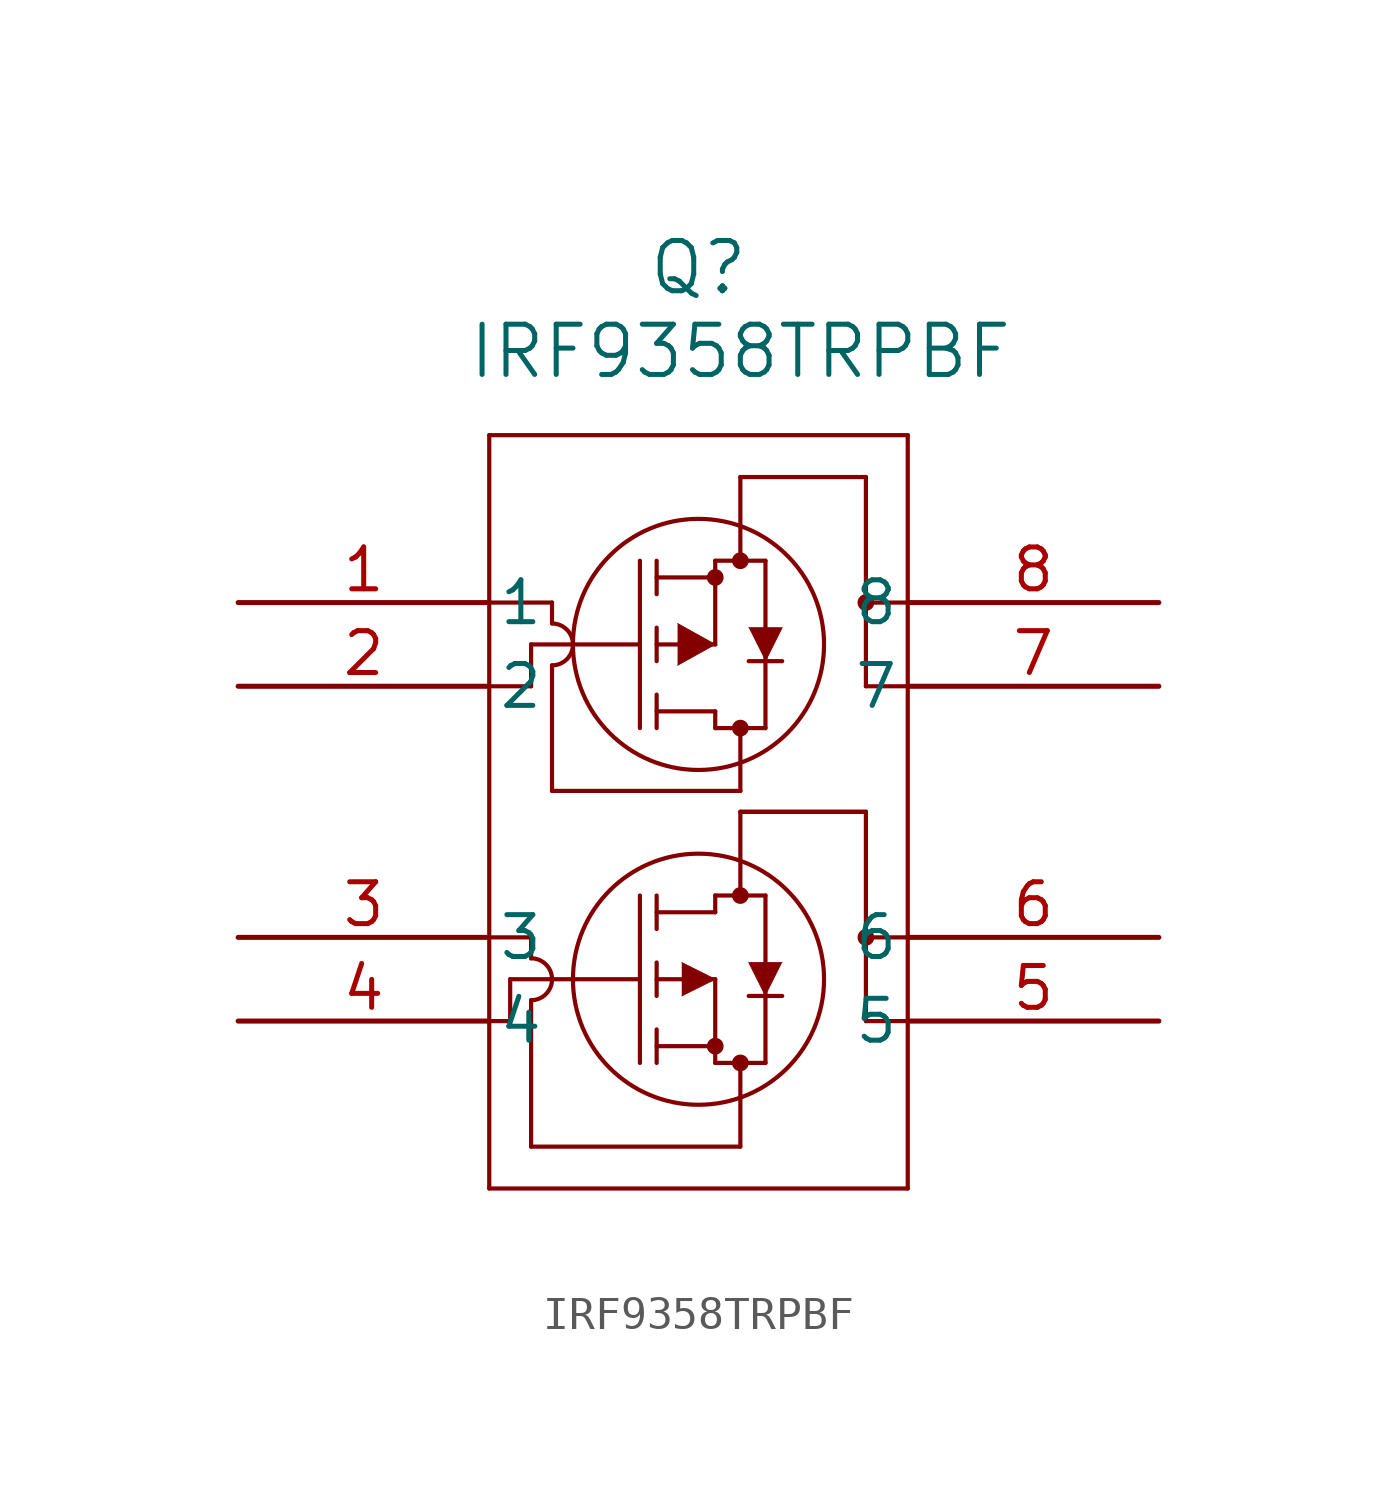
<source format=kicad_sym>
(kicad_symbol_lib
  (version 20211014)
  (generator kicad_symbol_editor)
  (symbol "IRF9358TRPBF"
    (pin_names
      (offset 0.254))
    (property "Reference" "Q"
      (at 13.97 10.16 0)
      (effects (font (size 1.524 1.524))))
    (property "Value" "IRF9358TRPBF"
      (at 15.24 7.62 0)
      (effects (font (size 1.524 1.524))))
    (symbol "IRF9358TRPBF_0_1"
      (polyline (pts (xy 7.62 -17.78) (xy 20.32 -17.78)) (stroke (width 0.127) (type default) (color 0 0 0 0)) (fill (type none)))
      (polyline (pts (xy 20.32 -17.78) (xy 20.32 5.08)) (stroke (width 0.127) (type default) (color 0 0 0 0)) (fill (type none)))
      (polyline (pts (xy 20.32 5.08) (xy 7.62 5.08)) (stroke (width 0.127) (type default) (color 0 0 0 0)) (fill (type none)))
      (circle (center 15.24 -3.81) (radius 0.127) (stroke (width 0.254) (type default) (color 0 0 0 0)) (fill (type none)))
      (circle (center 15.24 1.27) (radius 0.127) (stroke (width 0.254) (type default) (color 0 0 0 0)) (fill (type none)))
      (circle (center 14.478 0.762) (radius 0.127) (stroke (width 0.254) (type default) (color 0 0 0 0)) (fill (type none)))
      (polyline (pts (xy 12.192 1.27) (xy 12.192 -3.81)) (stroke (width 0.127) (type default) (color 0 0 0 0)) (fill (type none)))
      (polyline (pts (xy 12.7 -0.762) (xy 12.7 -1.778)) (stroke (width 0.127) (type default) (color 0 0 0 0)) (fill (type none)))
      (polyline (pts (xy 12.7 1.27) (xy 12.7 0.254)) (stroke (width 0.127) (type default) (color 0 0 0 0)) (fill (type none)))
      (polyline (pts (xy 12.7 -2.794) (xy 12.7 -3.81)) (stroke (width 0.127) (type default) (color 0 0 0 0)) (fill (type none)))
      (polyline (pts (xy 12.7 -1.27) (xy 14.478 -1.27)) (stroke (width 0.127) (type default) (color 0 0 0 0)) (fill (type none)))
      (polyline (pts (xy 12.7 0.762) (xy 14.478 0.762)) (stroke (width 0.127) (type default) (color 0 0 0 0)) (fill (type none)))
      (polyline (pts (xy 14.478 1.27) (xy 14.478 -1.27)) (stroke (width 0.127) (type default) (color 0 0 0 0)) (fill (type none)))
      (polyline (pts (xy 14.478 1.27) (xy 16.002 1.27)) (stroke (width 0.127) (type default) (color 0 0 0 0)) (fill (type none)))
      (polyline (pts (xy 12.7 -3.302) (xy 14.478 -3.302)) (stroke (width 0.127) (type default) (color 0 0 0 0)) (fill (type none)))
      (polyline (pts (xy 16.002 1.27) (xy 16.002 -3.81)) (stroke (width 0.127) (type default) (color 0 0 0 0)) (fill (type none)))
      (polyline (pts (xy 15.494 -1.778) (xy 16.51 -1.778)) (stroke (width 0.127) (type default) (color 0 0 0 0)) (fill (type none)))
      (polyline (pts (xy 14.478 -3.81) (xy 16.002 -3.81)) (stroke (width 0.127) (type default) (color 0 0 0 0)) (fill (type none)))
      (polyline (pts (xy 14.478 -3.302) (xy 14.478 -3.81)) (stroke (width 0.127) (type default) (color 0 0 0 0)) (fill (type none)))
      (polyline (pts (xy 19.05 3.81) (xy 19.05 -2.54)) (stroke (width 0.127) (type default) (color 0 0 0 0)) (fill (type none)))
      (circle (center 15.24 -8.89) (radius 0.127) (stroke (width 0.254) (type default) (color 0 0 0 0)) (fill (type none)))
      (circle (center 15.24 -13.97) (radius 0.127) (stroke (width 0.254) (type default) (color 0 0 0 0)) (fill (type none)))
      (polyline (pts (xy 19.05 0) (xy 20.32 0)) (stroke (width 0.127) (type default) (color 0 0 0 0)) (fill (type none)))
      (polyline (pts (xy 19.05 -2.54) (xy 20.32 -2.54)) (stroke (width 0.127) (type default) (color 0 0 0 0)) (fill (type none)))
      (circle (center 14.478 -13.462) (radius 0.127) (stroke (width 0.254) (type default) (color 0 0 0 0)) (fill (type none)))
      (polyline (pts (xy 12.192 -13.97) (xy 12.192 -8.89)) (stroke (width 0.127) (type default) (color 0 0 0 0)) (fill (type none)))
      (polyline (pts (xy 12.7 -11.938) (xy 12.7 -10.922)) (stroke (width 0.127) (type default) (color 0 0 0 0)) (fill (type none)))
      (circle (center 19.05 0) (radius 0.127) (stroke (width 0.254) (type default) (color 0 0 0 0)) (fill (type none)))
      (polyline (pts (xy 12.7 -13.97) (xy 12.7 -12.954)) (stroke (width 0.127) (type default) (color 0 0 0 0)) (fill (type none)))
      (polyline (pts (xy 12.7 -9.906) (xy 12.7 -8.89)) (stroke (width 0.127) (type default) (color 0 0 0 0)) (fill (type none)))
      (polyline (pts (xy 12.7 -11.43) (xy 14.478 -11.43)) (stroke (width 0.127) (type default) (color 0 0 0 0)) (fill (type none)))
      (polyline (pts (xy 12.7 -13.462) (xy 14.478 -13.462)) (stroke (width 0.127) (type default) (color 0 0 0 0)) (fill (type none)))
      (polyline (pts (xy 14.478 -13.97) (xy 14.478 -11.43)) (stroke (width 0.127) (type default) (color 0 0 0 0)) (fill (type none)))
      (polyline (pts (xy 14.478 -13.97) (xy 16.002 -13.97)) (stroke (width 0.127) (type default) (color 0 0 0 0)) (fill (type none)))
      (polyline (pts (xy 12.7 -9.398) (xy 14.478 -9.398)) (stroke (width 0.127) (type default) (color 0 0 0 0)) (fill (type none)))
      (polyline (pts (xy 16.002 -13.97) (xy 16.002 -8.89)) (stroke (width 0.127) (type default) (color 0 0 0 0)) (fill (type none)))
      (polyline (pts (xy 16.51 -11.938) (xy 15.494 -11.938)) (stroke (width 0.127) (type default) (color 0 0 0 0)) (fill (type none)))
      (polyline (pts (xy 14.478 -8.89) (xy 16.002 -8.89)) (stroke (width 0.127) (type default) (color 0 0 0 0)) (fill (type none)))
      (polyline (pts (xy 14.478 -9.398) (xy 14.478 -8.89)) (stroke (width 0.127) (type default) (color 0 0 0 0)) (fill (type none)))
      (circle (center 13.97 -11.43) (radius 3.81) (stroke (width 0.127) (type default) (color 0 0 0 0)) (fill (type none)))
      (polyline (pts (xy 7.62 0) (xy 9.525 0)) (stroke (width 0.127) (type default) (color 0 0 0 0)) (fill (type none)))
      (polyline (pts (xy 15.24 -5.715) (xy 9.525 -5.715)) (stroke (width 0.127) (type default) (color 0 0 0 0)) (fill (type none)))
      (polyline (pts (xy 9.525 0) (xy 9.525 -0.635)) (stroke (width 0.127) (type default) (color 0 0 0 0)) (fill (type none)))
      (polyline (pts (xy 15.24 3.81) (xy 15.24 1.27)) (stroke (width 0.127) (type default) (color 0 0 0 0)) (fill (type none)))
      (polyline (pts (xy 7.62 -2.54) (xy 8.89 -2.54)) (stroke (width 0.127) (type default) (color 0 0 0 0)) (fill (type none)))
      (polyline (pts (xy 8.89 -2.54) (xy 8.89 -1.27)) (stroke (width 0.127) (type default) (color 0 0 0 0)) (fill (type none)))
      (polyline (pts (xy 8.89 -1.27) (xy 12.192 -1.27)) (stroke (width 0.127) (type default) (color 0 0 0 0)) (fill (type none)))
      (polyline (pts (xy 15.24 -8.89) (xy 15.24 -6.35)) (stroke (width 0.127) (type default) (color 0 0 0 0)) (fill (type none)))
      (circle (center 19.05 -10.16) (radius 0.127) (stroke (width 0.254) (type default) (color 0 0 0 0)) (fill (type none)))
      (polyline (pts (xy 19.05 -10.16) (xy 20.32 -10.16)) (stroke (width 0.127) (type default) (color 0 0 0 0)) (fill (type none)))
      (polyline (pts (xy 15.24 -6.35) (xy 19.05 -6.35)) (stroke (width 0.127) (type default) (color 0 0 0 0)) (fill (type none)))
      (polyline (pts (xy 19.05 -12.7) (xy 20.32 -12.7)) (stroke (width 0.127) (type default) (color 0 0 0 0)) (fill (type none)))
      (polyline (pts (xy 7.62 -10.16) (xy 8.89 -10.16)) (stroke (width 0.127) (type default) (color 0 0 0 0)) (fill (type none)))
      (polyline (pts (xy 8.255 -12.7) (xy 8.255 -11.43)) (stroke (width 0.127) (type default) (color 0 0 0 0)) (fill (type none)))
      (polyline (pts (xy 8.255 -11.43) (xy 12.192 -11.43)) (stroke (width 0.127) (type default) (color 0 0 0 0)) (fill (type none)))
      (polyline (pts (xy 7.62 -12.7) (xy 8.255 -12.7)) (stroke (width 0.127) (type default) (color 0 0 0 0)) (fill (type none)))
      (polyline (pts (xy 7.62 5.08) (xy 7.62 -17.78)) (stroke (width 0.127) (type default) (color 0 0 0 0)) (fill (type none)))
      (polyline (pts (xy 8.89 -12.065) (xy 8.89 -16.51)) (stroke (width 0.127) (type default) (color 0 0 0 0)) (fill (type none)))
      (polyline (pts (xy 8.89 -16.51) (xy 15.24 -16.51)) (stroke (width 0.127) (type default) (color 0 0 0 0)) (fill (type none)))
      (polyline (pts (xy 15.24 -16.51) (xy 15.24 -13.97)) (stroke (width 0.127) (type default) (color 0 0 0 0)) (fill (type none)))
      (polyline (pts (xy 15.24 3.81) (xy 19.05 3.81)) (stroke (width 0.127) (type default) (color 0 0 0 0)) (fill (type none)))
      (arc (start 8.89 -12.065) (mid 9.525 -11.43) (end 8.89 -10.795) (stroke (width 0.127) (type default) (color 0 0 0 0)) (fill (type none)))
      (circle (center 13.97 -1.27) (radius 3.81) (stroke (width 0.127) (type default) (color 0 0 0 0)) (fill (type none)))
      (polyline (pts (xy 13.335 -1.905) (xy 14.478 -1.27) (xy 13.335 -0.635)) (stroke (width 0.025) (type default) (color 0 0 0 0)) (fill (type outline)))
      (polyline (pts (xy 15.494 -0.762) (xy 16.51 -0.762) (xy 16.002 -1.778)) (stroke (width 0.025) (type default) (color 0 0 0 0)) (fill (type outline)))
      (polyline (pts (xy 13.462 -10.922) (xy 14.478 -11.43) (xy 13.462 -11.938)) (stroke (width 0.025) (type default) (color 0 0 0 0)) (fill (type outline)))
      (polyline (pts (xy 16.51 -10.922) (xy 15.494 -10.922) (xy 16.002 -11.938)) (stroke (width 0.025) (type default) (color 0 0 0 0)) (fill (type outline)))
      (polyline (pts (xy 15.24 -6.35) (xy 19.05 -6.35)) (stroke (width 0.127) (type default) (color 0 0 0 0)) (fill (type none)))
      (arc (start 9.525 -1.905) (mid 10.16 -1.27) (end 9.525 -0.635) (stroke (width 0.127) (type default) (color 0 0 0 0)) (fill (type none)))
      (polyline (pts (xy 9.525 -1.905) (xy 9.525 -5.715)) (stroke (width 0.127) (type default) (color 0 0 0 0)) (fill (type none)))
      (polyline (pts (xy 8.89 -10.795) (xy 8.89 -10.16)) (stroke (width 0.127) (type default) (color 0 0 0 0)) (fill (type none)))
      (polyline (pts (xy 19.05 -12.7) (xy 19.05 -6.35)) (stroke (width 0.127) (type default) (color 0 0 0 0)) (fill (type none)))
      (polyline (pts (xy 15.24 -5.715) (xy 15.24 -3.81)) (stroke (width 0.127) (type default) (color 0 0 0 0)) (fill (type none)))
      (pin unspecified line (at 0 0 0) (length 7.62) (name "1" (effects (font (size 1.27 1.27)))) (number "1" (effects (font (size 1.27 1.27)))))
      (pin unspecified line (at 0 -2.54 0) (length 7.62) (name "2" (effects (font (size 1.27 1.27)))) (number "2" (effects (font (size 1.27 1.27)))))
      (pin unspecified line (at 0 -10.16 0) (length 7.62) (name "3" (effects (font (size 1.27 1.27)))) (number "3" (effects (font (size 1.27 1.27)))))
      (pin unspecified line (at 0 -12.7 0) (length 7.62) (name "4" (effects (font (size 1.27 1.27)))) (number "4" (effects (font (size 1.27 1.27)))))
      (pin unspecified line (at 27.94 -12.7 180) (length 7.62) (name "5" (effects (font (size 1.27 1.27)))) (number "5" (effects (font (size 1.27 1.27)))))
      (pin unspecified line (at 27.94 -10.16 180) (length 7.62) (name "6" (effects (font (size 1.27 1.27)))) (number "6" (effects (font (size 1.27 1.27)))))
      (pin unspecified line (at 27.94 -2.54 180) (length 7.62) (name "7" (effects (font (size 1.27 1.27)))) (number "7" (effects (font (size 1.27 1.27)))))
      (pin unspecified line (at 27.94 0 180) (length 7.62) (name "8" (effects (font (size 1.27 1.27)))) (number "8" (effects (font (size 1.27 1.27))))))))
</source>
